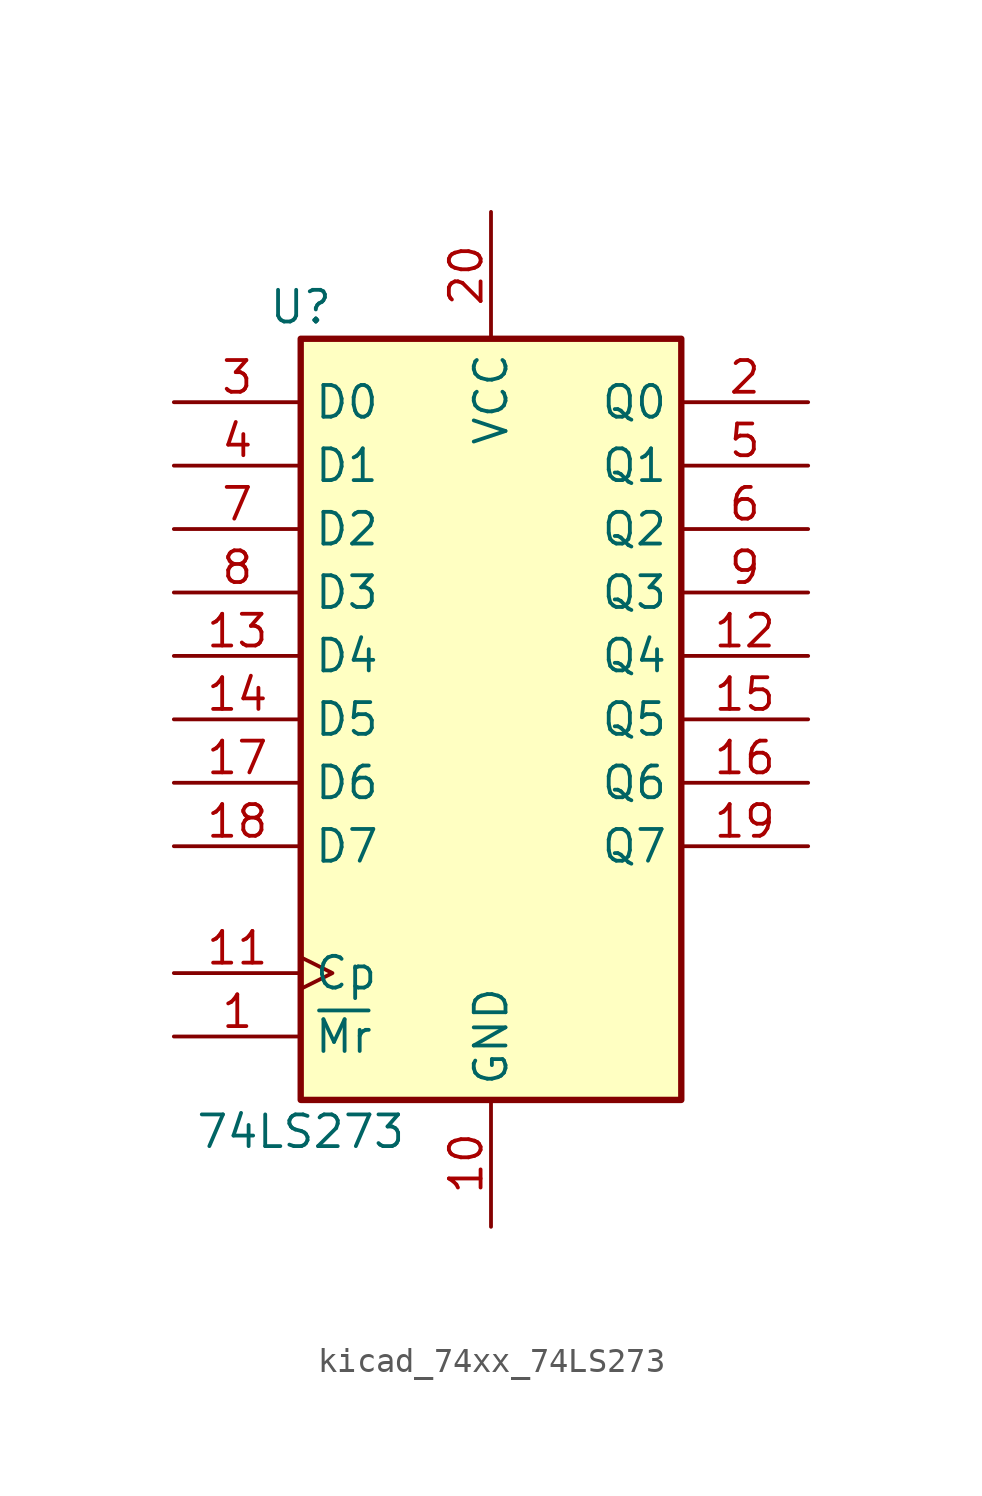
<source format=kicad_sym>
(kicad_symbol_lib
  (version 20220914)
  (generator kicad_symbol_editor)
  (symbol "kicad_74xx_74LS273"
    (property "Reference" "U"
      (at -7.62 16.51 0)
      (effects (font (size 1.27 1.27))))
    (property "Value" "74LS273"
      (at -7.62 -16.51 0)
      (effects (font (size 1.27 1.27))))
    (symbol "kicad_74xx_74LS273_1_0"
      (pin input line (at -12.7 -12.7 0) (length 5.08) (name "~{Mr}" (effects (font (size 1.27 1.27)))) (number "1" (effects (font (size 1.27 1.27)))))
      (pin power_in line (at 0 -20.32 90) (length 5.08) (name "GND" (effects (font (size 1.27 1.27)))) (number "10" (effects (font (size 1.27 1.27)))))
      (pin input clock (at -12.7 -10.16 0) (length 5.08) (name "Cp" (effects (font (size 1.27 1.27)))) (number "11" (effects (font (size 1.27 1.27)))))
      (pin output line (at 12.7 2.54 180) (length 5.08) (name "Q4" (effects (font (size 1.27 1.27)))) (number "12" (effects (font (size 1.27 1.27)))))
      (pin input line (at -12.7 2.54 0) (length 5.08) (name "D4" (effects (font (size 1.27 1.27)))) (number "13" (effects (font (size 1.27 1.27)))))
      (pin input line (at -12.7 0 0) (length 5.08) (name "D5" (effects (font (size 1.27 1.27)))) (number "14" (effects (font (size 1.27 1.27)))))
      (pin output line (at 12.7 0 180) (length 5.08) (name "Q5" (effects (font (size 1.27 1.27)))) (number "15" (effects (font (size 1.27 1.27)))))
      (pin output line (at 12.7 -2.54 180) (length 5.08) (name "Q6" (effects (font (size 1.27 1.27)))) (number "16" (effects (font (size 1.27 1.27)))))
      (pin input line (at -12.7 -2.54 0) (length 5.08) (name "D6" (effects (font (size 1.27 1.27)))) (number "17" (effects (font (size 1.27 1.27)))))
      (pin input line (at -12.7 -5.08 0) (length 5.08) (name "D7" (effects (font (size 1.27 1.27)))) (number "18" (effects (font (size 1.27 1.27)))))
      (pin output line (at 12.7 -5.08 180) (length 5.08) (name "Q7" (effects (font (size 1.27 1.27)))) (number "19" (effects (font (size 1.27 1.27)))))
      (pin output line (at 12.7 12.7 180) (length 5.08) (name "Q0" (effects (font (size 1.27 1.27)))) (number "2" (effects (font (size 1.27 1.27)))))
      (pin power_in line (at 0 20.32 270) (length 5.08) (name "VCC" (effects (font (size 1.27 1.27)))) (number "20" (effects (font (size 1.27 1.27)))))
      (pin input line (at -12.7 12.7 0) (length 5.08) (name "D0" (effects (font (size 1.27 1.27)))) (number "3" (effects (font (size 1.27 1.27)))))
      (pin input line (at -12.7 10.16 0) (length 5.08) (name "D1" (effects (font (size 1.27 1.27)))) (number "4" (effects (font (size 1.27 1.27)))))
      (pin output line (at 12.7 10.16 180) (length 5.08) (name "Q1" (effects (font (size 1.27 1.27)))) (number "5" (effects (font (size 1.27 1.27)))))
      (pin output line (at 12.7 7.62 180) (length 5.08) (name "Q2" (effects (font (size 1.27 1.27)))) (number "6" (effects (font (size 1.27 1.27)))))
      (pin input line (at -12.7 7.62 0) (length 5.08) (name "D2" (effects (font (size 1.27 1.27)))) (number "7" (effects (font (size 1.27 1.27)))))
      (pin input line (at -12.7 5.08 0) (length 5.08) (name "D3" (effects (font (size 1.27 1.27)))) (number "8" (effects (font (size 1.27 1.27)))))
      (pin output line (at 12.7 5.08 180) (length 5.08) (name "Q3" (effects (font (size 1.27 1.27)))) (number "9" (effects (font (size 1.27 1.27))))))
    (symbol "kicad_74xx_74LS273_1_1"
      (rectangle (start -7.62 15.24) (end 7.62 -15.24) (stroke (width 0.254) (type default)) (fill (type background))))))
</source>
